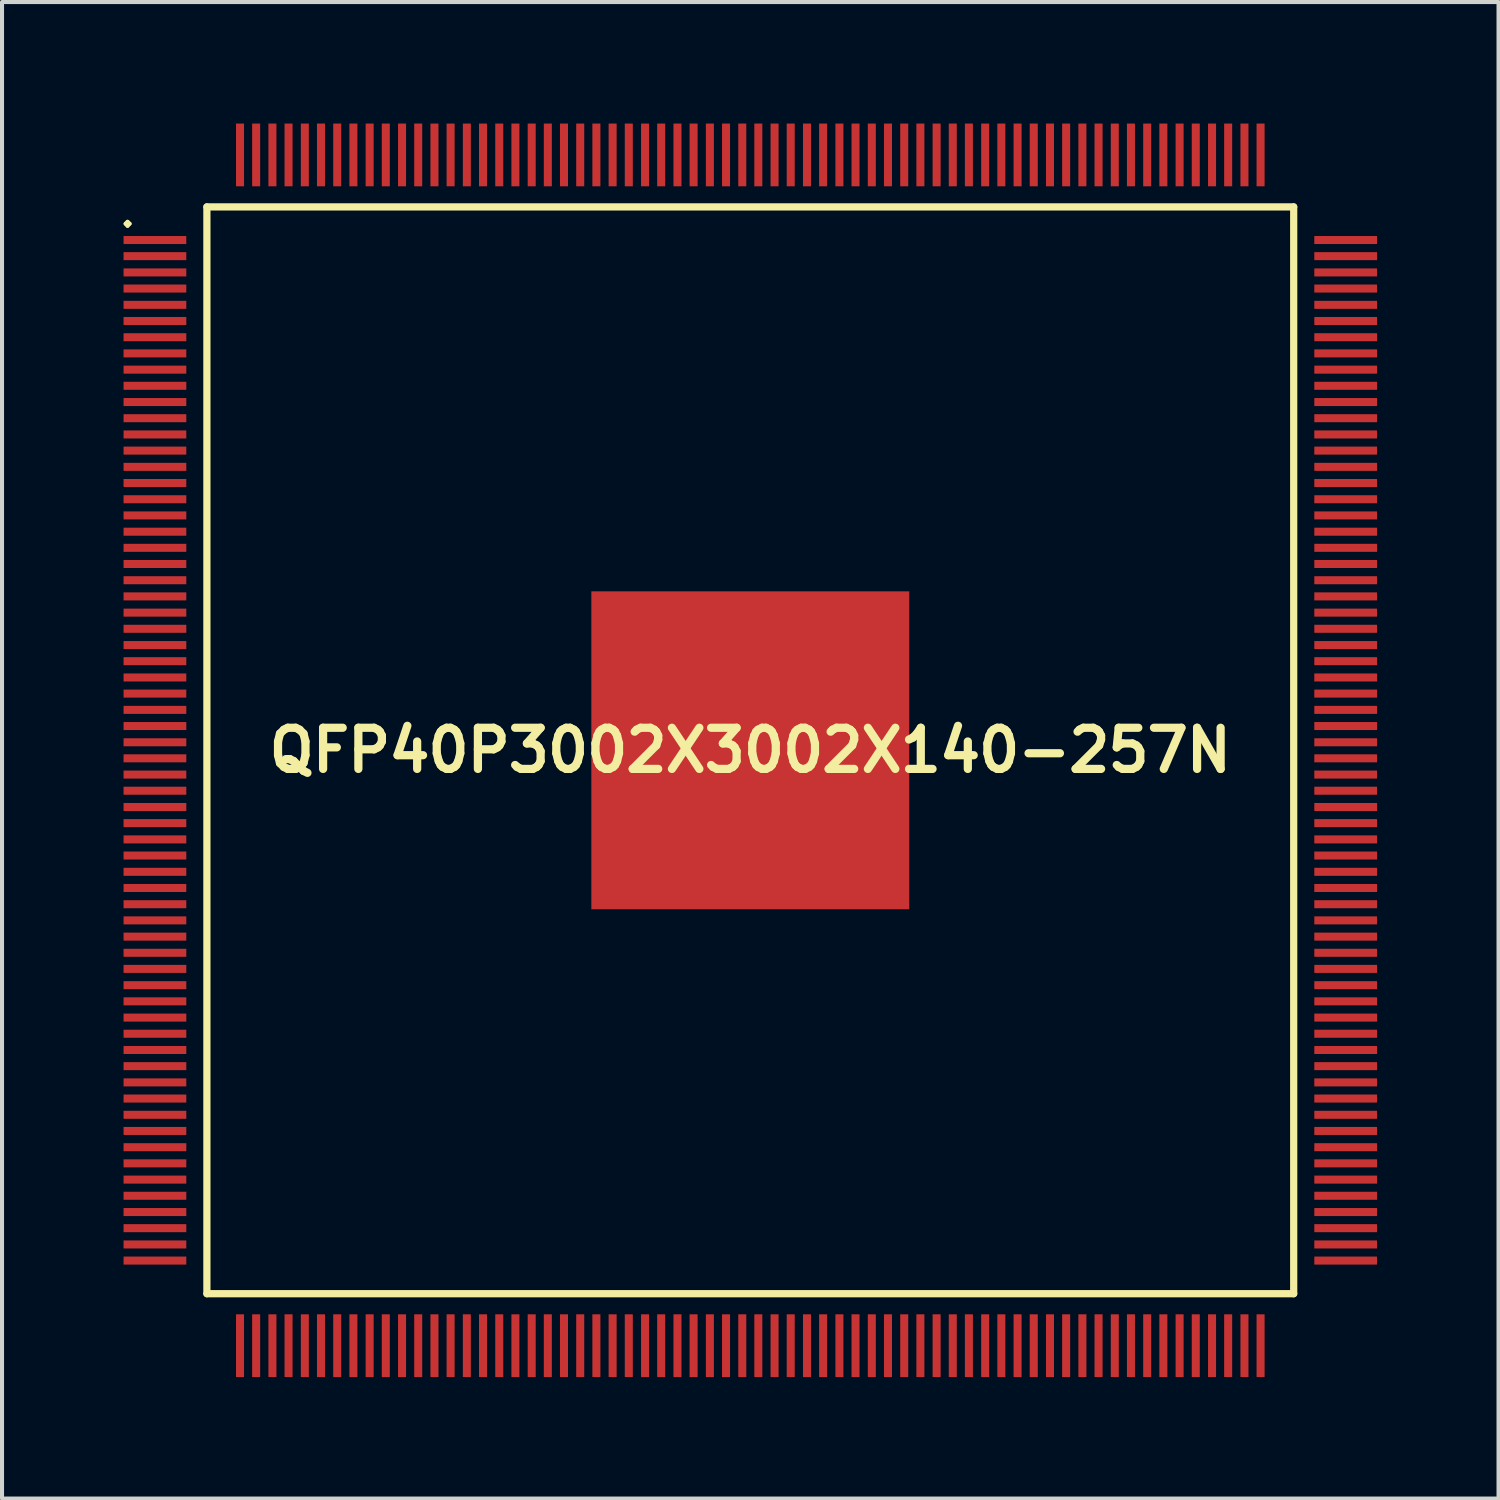
<source format=kicad_pcb>
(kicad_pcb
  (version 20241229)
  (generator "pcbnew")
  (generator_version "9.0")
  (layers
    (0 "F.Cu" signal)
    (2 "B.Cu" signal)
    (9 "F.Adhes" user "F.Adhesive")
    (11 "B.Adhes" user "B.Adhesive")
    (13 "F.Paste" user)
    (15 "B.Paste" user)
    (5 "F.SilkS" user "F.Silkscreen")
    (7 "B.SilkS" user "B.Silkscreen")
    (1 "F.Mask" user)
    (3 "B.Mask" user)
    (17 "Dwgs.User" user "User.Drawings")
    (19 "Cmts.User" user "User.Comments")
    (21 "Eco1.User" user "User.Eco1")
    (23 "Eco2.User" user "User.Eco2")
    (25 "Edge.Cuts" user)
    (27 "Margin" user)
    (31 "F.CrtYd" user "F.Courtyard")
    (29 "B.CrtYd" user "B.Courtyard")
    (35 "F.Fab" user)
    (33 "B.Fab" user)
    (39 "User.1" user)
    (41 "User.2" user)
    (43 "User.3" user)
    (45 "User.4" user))
  (footprint "QFP40P3002X3002X140-257N"
    (layer "F.Cu")
    (at 15.474 15.474)
    (property "Reference" "QFP40P3002X3002X140-257N" (at 0 0 0) (layer "F.SilkS") (effects (font (size 1.016 1.016) (thickness 0.203))))
    (attr smd)
    (fp_line (start -15.423 -13) (end -15.375 -13.048) (stroke (width 0.099) (type solid)) (layer "F.SilkS"))
    (fp_line (start -15.375 -13.048) (end -15.324 -13) (stroke (width 0.099) (type solid)) (layer "F.SilkS"))
    (fp_line (start -15.375 -12.949) (end -15.423 -13) (stroke (width 0.099) (type solid)) (layer "F.SilkS"))
    (fp_line (start -15.324 -13) (end -15.375 -12.949) (stroke (width 0.099) (type solid)) (layer "F.SilkS"))
    (fp_line (start -13.416 -13.416) (end -13.416 13.416) (stroke (width 0.178) (type solid)) (layer "F.SilkS"))
    (fp_line (start -13.416 13.416) (end 13.416 13.416) (stroke (width 0.178) (type solid)) (layer "F.SilkS"))
    (fp_line (start 13.416 -13.416) (end -13.416 -13.416) (stroke (width 0.178) (type solid)) (layer "F.SilkS"))
    (fp_line (start 13.416 13.416) (end 13.416 -13.416) (stroke (width 0.178) (type solid)) (layer "F.SilkS"))
    (pad "1" smd rect (at -14.699 -12.598) (size 1.549 0.198) (layers "F.Cu" "F.Mask" "F.Paste"))
    (pad "2" smd rect (at -14.699 -12.2) (size 1.549 0.198) (layers "F.Cu" "F.Mask" "F.Paste"))
    (pad "3" smd rect (at -14.699 -11.798) (size 1.549 0.198) (layers "F.Cu" "F.Mask" "F.Paste"))
    (pad "4" smd rect (at -14.699 -11.4) (size 1.549 0.198) (layers "F.Cu" "F.Mask" "F.Paste"))
    (pad "5" smd rect (at -14.699 -10.998) (size 1.549 0.198) (layers "F.Cu" "F.Mask" "F.Paste"))
    (pad "6" smd rect (at -14.699 -10.599) (size 1.549 0.198) (layers "F.Cu" "F.Mask" "F.Paste"))
    (pad "7" smd rect (at -14.699 -10.198) (size 1.549 0.198) (layers "F.Cu" "F.Mask" "F.Paste"))
    (pad "8" smd rect (at -14.699 -9.799) (size 1.549 0.198) (layers "F.Cu" "F.Mask" "F.Paste"))
    (pad "9" smd rect (at -14.699 -9.398) (size 1.549 0.198) (layers "F.Cu" "F.Mask" "F.Paste"))
    (pad "10" smd rect (at -14.699 -8.999) (size 1.549 0.198) (layers "F.Cu" "F.Mask" "F.Paste"))
    (pad "11" smd rect (at -14.699 -8.598) (size 1.549 0.198) (layers "F.Cu" "F.Mask" "F.Paste"))
    (pad "12" smd rect (at -14.699 -8.199) (size 1.549 0.198) (layers "F.Cu" "F.Mask" "F.Paste"))
    (pad "13" smd rect (at -14.699 -7.798) (size 1.549 0.198) (layers "F.Cu" "F.Mask" "F.Paste"))
    (pad "14" smd rect (at -14.699 -7.399) (size 1.549 0.198) (layers "F.Cu" "F.Mask" "F.Paste"))
    (pad "15" smd rect (at -14.699 -6.998) (size 1.549 0.198) (layers "F.Cu" "F.Mask" "F.Paste"))
    (pad "16" smd rect (at -14.699 -6.599) (size 1.549 0.198) (layers "F.Cu" "F.Mask" "F.Paste"))
    (pad "17" smd rect (at -14.699 -6.198) (size 1.549 0.198) (layers "F.Cu" "F.Mask" "F.Paste"))
    (pad "18" smd rect (at -14.699 -5.799) (size 1.549 0.198) (layers "F.Cu" "F.Mask" "F.Paste"))
    (pad "19" smd rect (at -14.699 -5.397) (size 1.549 0.198) (layers "F.Cu" "F.Mask" "F.Paste"))
    (pad "20" smd rect (at -14.699 -4.999) (size 1.549 0.198) (layers "F.Cu" "F.Mask" "F.Paste"))
    (pad "21" smd rect (at -14.699 -4.6) (size 1.549 0.198) (layers "F.Cu" "F.Mask" "F.Paste"))
    (pad "22" smd rect (at -14.699 -4.199) (size 1.549 0.198) (layers "F.Cu" "F.Mask" "F.Paste"))
    (pad "23" smd rect (at -14.699 -3.8) (size 1.549 0.198) (layers "F.Cu" "F.Mask" "F.Paste"))
    (pad "24" smd rect (at -14.699 -3.399) (size 1.549 0.198) (layers "F.Cu" "F.Mask" "F.Paste"))
    (pad "25" smd rect (at -14.699 -3) (size 1.549 0.198) (layers "F.Cu" "F.Mask" "F.Paste"))
    (pad "26" smd rect (at -14.699 -2.598) (size 1.549 0.198) (layers "F.Cu" "F.Mask" "F.Paste"))
    (pad "27" smd rect (at -14.699 -2.2) (size 1.549 0.198) (layers "F.Cu" "F.Mask" "F.Paste"))
    (pad "28" smd rect (at -14.699 -1.798) (size 1.549 0.198) (layers "F.Cu" "F.Mask" "F.Paste"))
    (pad "29" smd rect (at -14.699 -1.4) (size 1.549 0.198) (layers "F.Cu" "F.Mask" "F.Paste"))
    (pad "30" smd rect (at -14.699 -0.998) (size 1.549 0.198) (layers "F.Cu" "F.Mask" "F.Paste"))
    (pad "31" smd rect (at -14.699 -0.599) (size 1.549 0.198) (layers "F.Cu" "F.Mask" "F.Paste"))
    (pad "32" smd rect (at -14.699 -0.198) (size 1.549 0.198) (layers "F.Cu" "F.Mask" "F.Paste"))
    (pad "33" smd rect (at -14.699 0.198) (size 1.549 0.198) (layers "F.Cu" "F.Mask" "F.Paste"))
    (pad "34" smd rect (at -14.699 0.599) (size 1.549 0.198) (layers "F.Cu" "F.Mask" "F.Paste"))
    (pad "35" smd rect (at -14.699 0.998) (size 1.549 0.198) (layers "F.Cu" "F.Mask" "F.Paste"))
    (pad "36" smd rect (at -14.699 1.4) (size 1.549 0.198) (layers "F.Cu" "F.Mask" "F.Paste"))
    (pad "37" smd rect (at -14.699 1.798) (size 1.549 0.198) (layers "F.Cu" "F.Mask" "F.Paste"))
    (pad "38" smd rect (at -14.699 2.2) (size 1.549 0.198) (layers "F.Cu" "F.Mask" "F.Paste"))
    (pad "39" smd rect (at -14.699 2.598) (size 1.549 0.198) (layers "F.Cu" "F.Mask" "F.Paste"))
    (pad "40" smd rect (at -14.699 3) (size 1.549 0.198) (layers "F.Cu" "F.Mask" "F.Paste"))
    (pad "41" smd rect (at -14.699 3.399) (size 1.549 0.198) (layers "F.Cu" "F.Mask" "F.Paste"))
    (pad "42" smd rect (at -14.699 3.8) (size 1.549 0.198) (layers "F.Cu" "F.Mask" "F.Paste"))
    (pad "43" smd rect (at -14.699 4.199) (size 1.549 0.198) (layers "F.Cu" "F.Mask" "F.Paste"))
    (pad "44" smd rect (at -14.699 4.6) (size 1.549 0.198) (layers "F.Cu" "F.Mask" "F.Paste"))
    (pad "45" smd rect (at -14.699 4.999) (size 1.549 0.198) (layers "F.Cu" "F.Mask" "F.Paste"))
    (pad "46" smd rect (at -14.699 5.397) (size 1.549 0.198) (layers "F.Cu" "F.Mask" "F.Paste"))
    (pad "47" smd rect (at -14.699 5.799) (size 1.549 0.198) (layers "F.Cu" "F.Mask" "F.Paste"))
    (pad "48" smd rect (at -14.699 6.198) (size 1.549 0.198) (layers "F.Cu" "F.Mask" "F.Paste"))
    (pad "49" smd rect (at -14.699 6.599) (size 1.549 0.198) (layers "F.Cu" "F.Mask" "F.Paste"))
    (pad "50" smd rect (at -14.699 6.998) (size 1.549 0.198) (layers "F.Cu" "F.Mask" "F.Paste"))
    (pad "51" smd rect (at -14.699 7.399) (size 1.549 0.198) (layers "F.Cu" "F.Mask" "F.Paste"))
    (pad "52" smd rect (at -14.699 7.798) (size 1.549 0.198) (layers "F.Cu" "F.Mask" "F.Paste"))
    (pad "53" smd rect (at -14.699 8.199) (size 1.549 0.198) (layers "F.Cu" "F.Mask" "F.Paste"))
    (pad "54" smd rect (at -14.699 8.598) (size 1.549 0.198) (layers "F.Cu" "F.Mask" "F.Paste"))
    (pad "55" smd rect (at -14.699 8.999) (size 1.549 0.198) (layers "F.Cu" "F.Mask" "F.Paste"))
    (pad "56" smd rect (at -14.699 9.398) (size 1.549 0.198) (layers "F.Cu" "F.Mask" "F.Paste"))
    (pad "57" smd rect (at -14.699 9.799) (size 1.549 0.198) (layers "F.Cu" "F.Mask" "F.Paste"))
    (pad "58" smd rect (at -14.699 10.198) (size 1.549 0.198) (layers "F.Cu" "F.Mask" "F.Paste"))
    (pad "59" smd rect (at -14.699 10.599) (size 1.549 0.198) (layers "F.Cu" "F.Mask" "F.Paste"))
    (pad "60" smd rect (at -14.699 10.998) (size 1.549 0.198) (layers "F.Cu" "F.Mask" "F.Paste"))
    (pad "61" smd rect (at -14.699 11.4) (size 1.549 0.198) (layers "F.Cu" "F.Mask" "F.Paste"))
    (pad "62" smd rect (at -14.699 11.798) (size 1.549 0.198) (layers "F.Cu" "F.Mask" "F.Paste"))
    (pad "63" smd rect (at -14.699 12.2) (size 1.549 0.198) (layers "F.Cu" "F.Mask" "F.Paste"))
    (pad "64" smd rect (at -14.699 12.598) (size 1.549 0.198) (layers "F.Cu" "F.Mask" "F.Paste"))
    (pad "65" smd rect (at -12.598 14.699) (size 0.198 1.549) (layers "F.Cu" "F.Mask" "F.Paste"))
    (pad "66" smd rect (at -12.2 14.699) (size 0.198 1.549) (layers "F.Cu" "F.Mask" "F.Paste"))
    (pad "67" smd rect (at -11.798 14.699) (size 0.198 1.549) (layers "F.Cu" "F.Mask" "F.Paste"))
    (pad "68" smd rect (at -11.4 14.699) (size 0.198 1.549) (layers "F.Cu" "F.Mask" "F.Paste"))
    (pad "69" smd rect (at -10.998 14.699) (size 0.198 1.549) (layers "F.Cu" "F.Mask" "F.Paste"))
    (pad "70" smd rect (at -10.599 14.699) (size 0.198 1.549) (layers "F.Cu" "F.Mask" "F.Paste"))
    (pad "71" smd rect (at -10.198 14.699) (size 0.198 1.549) (layers "F.Cu" "F.Mask" "F.Paste"))
    (pad "72" smd rect (at -9.799 14.699) (size 0.198 1.549) (layers "F.Cu" "F.Mask" "F.Paste"))
    (pad "73" smd rect (at -9.398 14.699) (size 0.198 1.549) (layers "F.Cu" "F.Mask" "F.Paste"))
    (pad "74" smd rect (at -8.999 14.699) (size 0.198 1.549) (layers "F.Cu" "F.Mask" "F.Paste"))
    (pad "75" smd rect (at -8.598 14.699) (size 0.198 1.549) (layers "F.Cu" "F.Mask" "F.Paste"))
    (pad "76" smd rect (at -8.199 14.699) (size 0.198 1.549) (layers "F.Cu" "F.Mask" "F.Paste"))
    (pad "77" smd rect (at -7.798 14.699) (size 0.198 1.549) (layers "F.Cu" "F.Mask" "F.Paste"))
    (pad "78" smd rect (at -7.399 14.699) (size 0.198 1.549) (layers "F.Cu" "F.Mask" "F.Paste"))
    (pad "79" smd rect (at -6.998 14.699) (size 0.198 1.549) (layers "F.Cu" "F.Mask" "F.Paste"))
    (pad "80" smd rect (at -6.599 14.699) (size 0.198 1.549) (layers "F.Cu" "F.Mask" "F.Paste"))
    (pad "81" smd rect (at -6.198 14.699) (size 0.198 1.549) (layers "F.Cu" "F.Mask" "F.Paste"))
    (pad "82" smd rect (at -5.799 14.699) (size 0.198 1.549) (layers "F.Cu" "F.Mask" "F.Paste"))
    (pad "83" smd rect (at -5.397 14.699) (size 0.198 1.549) (layers "F.Cu" "F.Mask" "F.Paste"))
    (pad "84" smd rect (at -4.999 14.699) (size 0.198 1.549) (layers "F.Cu" "F.Mask" "F.Paste"))
    (pad "85" smd rect (at -4.6 14.699) (size 0.198 1.549) (layers "F.Cu" "F.Mask" "F.Paste"))
    (pad "86" smd rect (at -4.199 14.699) (size 0.198 1.549) (layers "F.Cu" "F.Mask" "F.Paste"))
    (pad "87" smd rect (at -3.8 14.699) (size 0.198 1.549) (layers "F.Cu" "F.Mask" "F.Paste"))
    (pad "88" smd rect (at -3.399 14.699) (size 0.198 1.549) (layers "F.Cu" "F.Mask" "F.Paste"))
    (pad "89" smd rect (at -3 14.699) (size 0.198 1.549) (layers "F.Cu" "F.Mask" "F.Paste"))
    (pad "90" smd rect (at -2.598 14.699) (size 0.198 1.549) (layers "F.Cu" "F.Mask" "F.Paste"))
    (pad "91" smd rect (at -2.2 14.699) (size 0.198 1.549) (layers "F.Cu" "F.Mask" "F.Paste"))
    (pad "92" smd rect (at -1.798 14.699) (size 0.198 1.549) (layers "F.Cu" "F.Mask" "F.Paste"))
    (pad "93" smd rect (at -1.4 14.699) (size 0.198 1.549) (layers "F.Cu" "F.Mask" "F.Paste"))
    (pad "94" smd rect (at -0.998 14.699) (size 0.198 1.549) (layers "F.Cu" "F.Mask" "F.Paste"))
    (pad "95" smd rect (at -0.599 14.699) (size 0.198 1.549) (layers "F.Cu" "F.Mask" "F.Paste"))
    (pad "96" smd rect (at -0.198 14.699) (size 0.198 1.549) (layers "F.Cu" "F.Mask" "F.Paste"))
    (pad "97" smd rect (at 0.198 14.699) (size 0.198 1.549) (layers "F.Cu" "F.Mask" "F.Paste"))
    (pad "98" smd rect (at 0.599 14.699) (size 0.198 1.549) (layers "F.Cu" "F.Mask" "F.Paste"))
    (pad "99" smd rect (at 0.998 14.699) (size 0.198 1.549) (layers "F.Cu" "F.Mask" "F.Paste"))
    (pad "100" smd rect (at 1.4 14.699) (size 0.198 1.549) (layers "F.Cu" "F.Mask" "F.Paste"))
    (pad "101" smd rect (at 1.798 14.699) (size 0.198 1.549) (layers "F.Cu" "F.Mask" "F.Paste"))
    (pad "102" smd rect (at 2.2 14.699) (size 0.198 1.549) (layers "F.Cu" "F.Mask" "F.Paste"))
    (pad "103" smd rect (at 2.598 14.699) (size 0.198 1.549) (layers "F.Cu" "F.Mask" "F.Paste"))
    (pad "104" smd rect (at 3 14.699) (size 0.198 1.549) (layers "F.Cu" "F.Mask" "F.Paste"))
    (pad "105" smd rect (at 3.399 14.699) (size 0.198 1.549) (layers "F.Cu" "F.Mask" "F.Paste"))
    (pad "106" smd rect (at 3.8 14.699) (size 0.198 1.549) (layers "F.Cu" "F.Mask" "F.Paste"))
    (pad "107" smd rect (at 4.199 14.699) (size 0.198 1.549) (layers "F.Cu" "F.Mask" "F.Paste"))
    (pad "108" smd rect (at 4.6 14.699) (size 0.198 1.549) (layers "F.Cu" "F.Mask" "F.Paste"))
    (pad "109" smd rect (at 4.999 14.699) (size 0.198 1.549) (layers "F.Cu" "F.Mask" "F.Paste"))
    (pad "110" smd rect (at 5.397 14.699) (size 0.198 1.549) (layers "F.Cu" "F.Mask" "F.Paste"))
    (pad "111" smd rect (at 5.799 14.699) (size 0.198 1.549) (layers "F.Cu" "F.Mask" "F.Paste"))
    (pad "112" smd rect (at 6.198 14.699) (size 0.198 1.549) (layers "F.Cu" "F.Mask" "F.Paste"))
    (pad "113" smd rect (at 6.599 14.699) (size 0.198 1.549) (layers "F.Cu" "F.Mask" "F.Paste"))
    (pad "114" smd rect (at 6.998 14.699) (size 0.198 1.549) (layers "F.Cu" "F.Mask" "F.Paste"))
    (pad "115" smd rect (at 7.399 14.699) (size 0.198 1.549) (layers "F.Cu" "F.Mask" "F.Paste"))
    (pad "116" smd rect (at 7.798 14.699) (size 0.198 1.549) (layers "F.Cu" "F.Mask" "F.Paste"))
    (pad "117" smd rect (at 8.199 14.699) (size 0.198 1.549) (layers "F.Cu" "F.Mask" "F.Paste"))
    (pad "118" smd rect (at 8.598 14.699) (size 0.198 1.549) (layers "F.Cu" "F.Mask" "F.Paste"))
    (pad "119" smd rect (at 8.999 14.699) (size 0.198 1.549) (layers "F.Cu" "F.Mask" "F.Paste"))
    (pad "120" smd rect (at 9.398 14.699) (size 0.198 1.549) (layers "F.Cu" "F.Mask" "F.Paste"))
    (pad "121" smd rect (at 9.799 14.699) (size 0.198 1.549) (layers "F.Cu" "F.Mask" "F.Paste"))
    (pad "122" smd rect (at 10.198 14.699) (size 0.198 1.549) (layers "F.Cu" "F.Mask" "F.Paste"))
    (pad "123" smd rect (at 10.599 14.699) (size 0.198 1.549) (layers "F.Cu" "F.Mask" "F.Paste"))
    (pad "124" smd rect (at 10.998 14.699) (size 0.198 1.549) (layers "F.Cu" "F.Mask" "F.Paste"))
    (pad "125" smd rect (at 11.4 14.699) (size 0.198 1.549) (layers "F.Cu" "F.Mask" "F.Paste"))
    (pad "126" smd rect (at 11.798 14.699) (size 0.198 1.549) (layers "F.Cu" "F.Mask" "F.Paste"))
    (pad "127" smd rect (at 12.2 14.699) (size 0.198 1.549) (layers "F.Cu" "F.Mask" "F.Paste"))
    (pad "128" smd rect (at 12.598 14.699) (size 0.198 1.549) (layers "F.Cu" "F.Mask" "F.Paste"))
    (pad "129" smd rect (at 14.699 12.598) (size 1.549 0.198) (layers "F.Cu" "F.Mask" "F.Paste"))
    (pad "130" smd rect (at 14.699 12.2) (size 1.549 0.198) (layers "F.Cu" "F.Mask" "F.Paste"))
    (pad "131" smd rect (at 14.699 11.798) (size 1.549 0.198) (layers "F.Cu" "F.Mask" "F.Paste"))
    (pad "132" smd rect (at 14.699 11.4) (size 1.549 0.198) (layers "F.Cu" "F.Mask" "F.Paste"))
    (pad "133" smd rect (at 14.699 10.998) (size 1.549 0.198) (layers "F.Cu" "F.Mask" "F.Paste"))
    (pad "134" smd rect (at 14.699 10.599) (size 1.549 0.198) (layers "F.Cu" "F.Mask" "F.Paste"))
    (pad "135" smd rect (at 14.699 10.198) (size 1.549 0.198) (layers "F.Cu" "F.Mask" "F.Paste"))
    (pad "136" smd rect (at 14.699 9.799) (size 1.549 0.198) (layers "F.Cu" "F.Mask" "F.Paste"))
    (pad "137" smd rect (at 14.699 9.398) (size 1.549 0.198) (layers "F.Cu" "F.Mask" "F.Paste"))
    (pad "138" smd rect (at 14.699 8.999) (size 1.549 0.198) (layers "F.Cu" "F.Mask" "F.Paste"))
    (pad "139" smd rect (at 14.699 8.598) (size 1.549 0.198) (layers "F.Cu" "F.Mask" "F.Paste"))
    (pad "140" smd rect (at 14.699 8.199) (size 1.549 0.198) (layers "F.Cu" "F.Mask" "F.Paste"))
    (pad "141" smd rect (at 14.699 7.798) (size 1.549 0.198) (layers "F.Cu" "F.Mask" "F.Paste"))
    (pad "142" smd rect (at 14.699 7.399) (size 1.549 0.198) (layers "F.Cu" "F.Mask" "F.Paste"))
    (pad "143" smd rect (at 14.699 6.998) (size 1.549 0.198) (layers "F.Cu" "F.Mask" "F.Paste"))
    (pad "144" smd rect (at 14.699 6.599) (size 1.549 0.198) (layers "F.Cu" "F.Mask" "F.Paste"))
    (pad "145" smd rect (at 14.699 6.198) (size 1.549 0.198) (layers "F.Cu" "F.Mask" "F.Paste"))
    (pad "146" smd rect (at 14.699 5.799) (size 1.549 0.198) (layers "F.Cu" "F.Mask" "F.Paste"))
    (pad "147" smd rect (at 14.699 5.397) (size 1.549 0.198) (layers "F.Cu" "F.Mask" "F.Paste"))
    (pad "148" smd rect (at 14.699 4.999) (size 1.549 0.198) (layers "F.Cu" "F.Mask" "F.Paste"))
    (pad "149" smd rect (at 14.699 4.6) (size 1.549 0.198) (layers "F.Cu" "F.Mask" "F.Paste"))
    (pad "150" smd rect (at 14.699 4.199) (size 1.549 0.198) (layers "F.Cu" "F.Mask" "F.Paste"))
    (pad "151" smd rect (at 14.699 3.8) (size 1.549 0.198) (layers "F.Cu" "F.Mask" "F.Paste"))
    (pad "152" smd rect (at 14.699 3.399) (size 1.549 0.198) (layers "F.Cu" "F.Mask" "F.Paste"))
    (pad "153" smd rect (at 14.699 3) (size 1.549 0.198) (layers "F.Cu" "F.Mask" "F.Paste"))
    (pad "154" smd rect (at 14.699 2.598) (size 1.549 0.198) (layers "F.Cu" "F.Mask" "F.Paste"))
    (pad "155" smd rect (at 14.699 2.2) (size 1.549 0.198) (layers "F.Cu" "F.Mask" "F.Paste"))
    (pad "156" smd rect (at 14.699 1.798) (size 1.549 0.198) (layers "F.Cu" "F.Mask" "F.Paste"))
    (pad "157" smd rect (at 14.699 1.4) (size 1.549 0.198) (layers "F.Cu" "F.Mask" "F.Paste"))
    (pad "158" smd rect (at 14.699 0.998) (size 1.549 0.198) (layers "F.Cu" "F.Mask" "F.Paste"))
    (pad "159" smd rect (at 14.699 0.599) (size 1.549 0.198) (layers "F.Cu" "F.Mask" "F.Paste"))
    (pad "160" smd rect (at 14.699 0.198) (size 1.549 0.198) (layers "F.Cu" "F.Mask" "F.Paste"))
    (pad "161" smd rect (at 14.699 -0.198) (size 1.549 0.198) (layers "F.Cu" "F.Mask" "F.Paste"))
    (pad "162" smd rect (at 14.699 -0.599) (size 1.549 0.198) (layers "F.Cu" "F.Mask" "F.Paste"))
    (pad "163" smd rect (at 14.699 -0.998) (size 1.549 0.198) (layers "F.Cu" "F.Mask" "F.Paste"))
    (pad "164" smd rect (at 14.699 -1.4) (size 1.549 0.198) (layers "F.Cu" "F.Mask" "F.Paste"))
    (pad "165" smd rect (at 14.699 -1.798) (size 1.549 0.198) (layers "F.Cu" "F.Mask" "F.Paste"))
    (pad "166" smd rect (at 14.699 -2.2) (size 1.549 0.198) (layers "F.Cu" "F.Mask" "F.Paste"))
    (pad "167" smd rect (at 14.699 -2.598) (size 1.549 0.198) (layers "F.Cu" "F.Mask" "F.Paste"))
    (pad "168" smd rect (at 14.699 -3) (size 1.549 0.198) (layers "F.Cu" "F.Mask" "F.Paste"))
    (pad "169" smd rect (at 14.699 -3.399) (size 1.549 0.198) (layers "F.Cu" "F.Mask" "F.Paste"))
    (pad "170" smd rect (at 14.699 -3.8) (size 1.549 0.198) (layers "F.Cu" "F.Mask" "F.Paste"))
    (pad "171" smd rect (at 14.699 -4.199) (size 1.549 0.198) (layers "F.Cu" "F.Mask" "F.Paste"))
    (pad "172" smd rect (at 14.699 -4.6) (size 1.549 0.198) (layers "F.Cu" "F.Mask" "F.Paste"))
    (pad "173" smd rect (at 14.699 -4.999) (size 1.549 0.198) (layers "F.Cu" "F.Mask" "F.Paste"))
    (pad "174" smd rect (at 14.699 -5.397) (size 1.549 0.198) (layers "F.Cu" "F.Mask" "F.Paste"))
    (pad "175" smd rect (at 14.699 -5.799) (size 1.549 0.198) (layers "F.Cu" "F.Mask" "F.Paste"))
    (pad "176" smd rect (at 14.699 -6.198) (size 1.549 0.198) (layers "F.Cu" "F.Mask" "F.Paste"))
    (pad "177" smd rect (at 14.699 -6.599) (size 1.549 0.198) (layers "F.Cu" "F.Mask" "F.Paste"))
    (pad "178" smd rect (at 14.699 -6.998) (size 1.549 0.198) (layers "F.Cu" "F.Mask" "F.Paste"))
    (pad "179" smd rect (at 14.699 -7.399) (size 1.549 0.198) (layers "F.Cu" "F.Mask" "F.Paste"))
    (pad "180" smd rect (at 14.699 -7.798) (size 1.549 0.198) (layers "F.Cu" "F.Mask" "F.Paste"))
    (pad "181" smd rect (at 14.699 -8.199) (size 1.549 0.198) (layers "F.Cu" "F.Mask" "F.Paste"))
    (pad "182" smd rect (at 14.699 -8.598) (size 1.549 0.198) (layers "F.Cu" "F.Mask" "F.Paste"))
    (pad "183" smd rect (at 14.699 -8.999) (size 1.549 0.198) (layers "F.Cu" "F.Mask" "F.Paste"))
    (pad "184" smd rect (at 14.699 -9.398) (size 1.549 0.198) (layers "F.Cu" "F.Mask" "F.Paste"))
    (pad "185" smd rect (at 14.699 -9.799) (size 1.549 0.198) (layers "F.Cu" "F.Mask" "F.Paste"))
    (pad "186" smd rect (at 14.699 -10.198) (size 1.549 0.198) (layers "F.Cu" "F.Mask" "F.Paste"))
    (pad "187" smd rect (at 14.699 -10.599) (size 1.549 0.198) (layers "F.Cu" "F.Mask" "F.Paste"))
    (pad "188" smd rect (at 14.699 -10.998) (size 1.549 0.198) (layers "F.Cu" "F.Mask" "F.Paste"))
    (pad "189" smd rect (at 14.699 -11.4) (size 1.549 0.198) (layers "F.Cu" "F.Mask" "F.Paste"))
    (pad "190" smd rect (at 14.699 -11.798) (size 1.549 0.198) (layers "F.Cu" "F.Mask" "F.Paste"))
    (pad "191" smd rect (at 14.699 -12.2) (size 1.549 0.198) (layers "F.Cu" "F.Mask" "F.Paste"))
    (pad "192" smd rect (at 14.699 -12.598) (size 1.549 0.198) (layers "F.Cu" "F.Mask" "F.Paste"))
    (pad "193" smd rect (at 12.598 -14.699) (size 0.198 1.549) (layers "F.Cu" "F.Mask" "F.Paste"))
    (pad "194" smd rect (at 12.2 -14.699) (size 0.198 1.549) (layers "F.Cu" "F.Mask" "F.Paste"))
    (pad "195" smd rect (at 11.798 -14.699) (size 0.198 1.549) (layers "F.Cu" "F.Mask" "F.Paste"))
    (pad "196" smd rect (at 11.4 -14.699) (size 0.198 1.549) (layers "F.Cu" "F.Mask" "F.Paste"))
    (pad "197" smd rect (at 10.998 -14.699) (size 0.198 1.549) (layers "F.Cu" "F.Mask" "F.Paste"))
    (pad "198" smd rect (at 10.599 -14.699) (size 0.198 1.549) (layers "F.Cu" "F.Mask" "F.Paste"))
    (pad "199" smd rect (at 10.198 -14.699) (size 0.198 1.549) (layers "F.Cu" "F.Mask" "F.Paste"))
    (pad "200" smd rect (at 9.799 -14.699) (size 0.198 1.549) (layers "F.Cu" "F.Mask" "F.Paste"))
    (pad "201" smd rect (at 9.398 -14.699) (size 0.198 1.549) (layers "F.Cu" "F.Mask" "F.Paste"))
    (pad "202" smd rect (at 8.999 -14.699) (size 0.198 1.549) (layers "F.Cu" "F.Mask" "F.Paste"))
    (pad "203" smd rect (at 8.598 -14.699) (size 0.198 1.549) (layers "F.Cu" "F.Mask" "F.Paste"))
    (pad "204" smd rect (at 8.199 -14.699) (size 0.198 1.549) (layers "F.Cu" "F.Mask" "F.Paste"))
    (pad "205" smd rect (at 7.798 -14.699) (size 0.198 1.549) (layers "F.Cu" "F.Mask" "F.Paste"))
    (pad "206" smd rect (at 7.399 -14.699) (size 0.198 1.549) (layers "F.Cu" "F.Mask" "F.Paste"))
    (pad "207" smd rect (at 6.998 -14.699) (size 0.198 1.549) (layers "F.Cu" "F.Mask" "F.Paste"))
    (pad "208" smd rect (at 6.599 -14.699) (size 0.198 1.549) (layers "F.Cu" "F.Mask" "F.Paste"))
    (pad "209" smd rect (at 6.198 -14.699) (size 0.198 1.549) (layers "F.Cu" "F.Mask" "F.Paste"))
    (pad "210" smd rect (at 5.799 -14.699) (size 0.198 1.549) (layers "F.Cu" "F.Mask" "F.Paste"))
    (pad "211" smd rect (at 5.397 -14.699) (size 0.198 1.549) (layers "F.Cu" "F.Mask" "F.Paste"))
    (pad "212" smd rect (at 4.999 -14.699) (size 0.198 1.549) (layers "F.Cu" "F.Mask" "F.Paste"))
    (pad "213" smd rect (at 4.6 -14.699) (size 0.198 1.549) (layers "F.Cu" "F.Mask" "F.Paste"))
    (pad "214" smd rect (at 4.199 -14.699) (size 0.198 1.549) (layers "F.Cu" "F.Mask" "F.Paste"))
    (pad "215" smd rect (at 3.8 -14.699) (size 0.198 1.549) (layers "F.Cu" "F.Mask" "F.Paste"))
    (pad "216" smd rect (at 3.399 -14.699) (size 0.198 1.549) (layers "F.Cu" "F.Mask" "F.Paste"))
    (pad "217" smd rect (at 3 -14.699) (size 0.198 1.549) (layers "F.Cu" "F.Mask" "F.Paste"))
    (pad "218" smd rect (at 2.598 -14.699) (size 0.198 1.549) (layers "F.Cu" "F.Mask" "F.Paste"))
    (pad "219" smd rect (at 2.2 -14.699) (size 0.198 1.549) (layers "F.Cu" "F.Mask" "F.Paste"))
    (pad "220" smd rect (at 1.798 -14.699) (size 0.198 1.549) (layers "F.Cu" "F.Mask" "F.Paste"))
    (pad "221" smd rect (at 1.4 -14.699) (size 0.198 1.549) (layers "F.Cu" "F.Mask" "F.Paste"))
    (pad "222" smd rect (at 0.998 -14.699) (size 0.198 1.549) (layers "F.Cu" "F.Mask" "F.Paste"))
    (pad "223" smd rect (at 0.599 -14.699) (size 0.198 1.549) (layers "F.Cu" "F.Mask" "F.Paste"))
    (pad "224" smd rect (at 0.198 -14.699) (size 0.198 1.549) (layers "F.Cu" "F.Mask" "F.Paste"))
    (pad "225" smd rect (at -0.198 -14.699) (size 0.198 1.549) (layers "F.Cu" "F.Mask" "F.Paste"))
    (pad "226" smd rect (at -0.599 -14.699) (size 0.198 1.549) (layers "F.Cu" "F.Mask" "F.Paste"))
    (pad "227" smd rect (at -0.998 -14.699) (size 0.198 1.549) (layers "F.Cu" "F.Mask" "F.Paste"))
    (pad "228" smd rect (at -1.4 -14.699) (size 0.198 1.549) (layers "F.Cu" "F.Mask" "F.Paste"))
    (pad "229" smd rect (at -1.798 -14.699) (size 0.198 1.549) (layers "F.Cu" "F.Mask" "F.Paste"))
    (pad "230" smd rect (at -2.2 -14.699) (size 0.198 1.549) (layers "F.Cu" "F.Mask" "F.Paste"))
    (pad "231" smd rect (at -2.598 -14.699) (size 0.198 1.549) (layers "F.Cu" "F.Mask" "F.Paste"))
    (pad "232" smd rect (at -3 -14.699) (size 0.198 1.549) (layers "F.Cu" "F.Mask" "F.Paste"))
    (pad "233" smd rect (at -3.399 -14.699) (size 0.198 1.549) (layers "F.Cu" "F.Mask" "F.Paste"))
    (pad "234" smd rect (at -3.8 -14.699) (size 0.198 1.549) (layers "F.Cu" "F.Mask" "F.Paste"))
    (pad "235" smd rect (at -4.199 -14.699) (size 0.198 1.549) (layers "F.Cu" "F.Mask" "F.Paste"))
    (pad "236" smd rect (at -4.6 -14.699) (size 0.198 1.549) (layers "F.Cu" "F.Mask" "F.Paste"))
    (pad "237" smd rect (at -4.999 -14.699) (size 0.198 1.549) (layers "F.Cu" "F.Mask" "F.Paste"))
    (pad "238" smd rect (at -5.397 -14.699) (size 0.198 1.549) (layers "F.Cu" "F.Mask" "F.Paste"))
    (pad "239" smd rect (at -5.799 -14.699) (size 0.198 1.549) (layers "F.Cu" "F.Mask" "F.Paste"))
    (pad "240" smd rect (at -6.198 -14.699) (size 0.198 1.549) (layers "F.Cu" "F.Mask" "F.Paste"))
    (pad "241" smd rect (at -6.599 -14.699) (size 0.198 1.549) (layers "F.Cu" "F.Mask" "F.Paste"))
    (pad "242" smd rect (at -6.998 -14.699) (size 0.198 1.549) (layers "F.Cu" "F.Mask" "F.Paste"))
    (pad "243" smd rect (at -7.399 -14.699) (size 0.198 1.549) (layers "F.Cu" "F.Mask" "F.Paste"))
    (pad "244" smd rect (at -7.798 -14.699) (size 0.198 1.549) (layers "F.Cu" "F.Mask" "F.Paste"))
    (pad "245" smd rect (at -8.199 -14.699) (size 0.198 1.549) (layers "F.Cu" "F.Mask" "F.Paste"))
    (pad "246" smd rect (at -8.598 -14.699) (size 0.198 1.549) (layers "F.Cu" "F.Mask" "F.Paste"))
    (pad "247" smd rect (at -8.999 -14.699) (size 0.198 1.549) (layers "F.Cu" "F.Mask" "F.Paste"))
    (pad "248" smd rect (at -9.398 -14.699) (size 0.198 1.549) (layers "F.Cu" "F.Mask" "F.Paste"))
    (pad "249" smd rect (at -9.799 -14.699) (size 0.198 1.549) (layers "F.Cu" "F.Mask" "F.Paste"))
    (pad "250" smd rect (at -10.198 -14.699) (size 0.198 1.549) (layers "F.Cu" "F.Mask" "F.Paste"))
    (pad "251" smd rect (at -10.599 -14.699) (size 0.198 1.549) (layers "F.Cu" "F.Mask" "F.Paste"))
    (pad "252" smd rect (at -10.998 -14.699) (size 0.198 1.549) (layers "F.Cu" "F.Mask" "F.Paste"))
    (pad "253" smd rect (at -11.4 -14.699) (size 0.198 1.549) (layers "F.Cu" "F.Mask" "F.Paste"))
    (pad "254" smd rect (at -11.798 -14.699) (size 0.198 1.549) (layers "F.Cu" "F.Mask" "F.Paste"))
    (pad "255" smd rect (at -12.2 -14.699) (size 0.198 1.549) (layers "F.Cu" "F.Mask" "F.Paste"))
    (pad "256" smd rect (at -12.598 -14.699) (size 0.198 1.549) (layers "F.Cu" "F.Mask" "F.Paste"))
    (pad "257" smd rect (at 0 0) (size 7.849 7.849) (layers "F.Cu" "F.Mask" "F.Paste")))
  (gr_rect
    (start -3 -3)
    (end 33.947 33.947)
    (stroke (width 0.1) (type default))
    (fill no)
    (layer "Edge.Cuts")))
</source>
